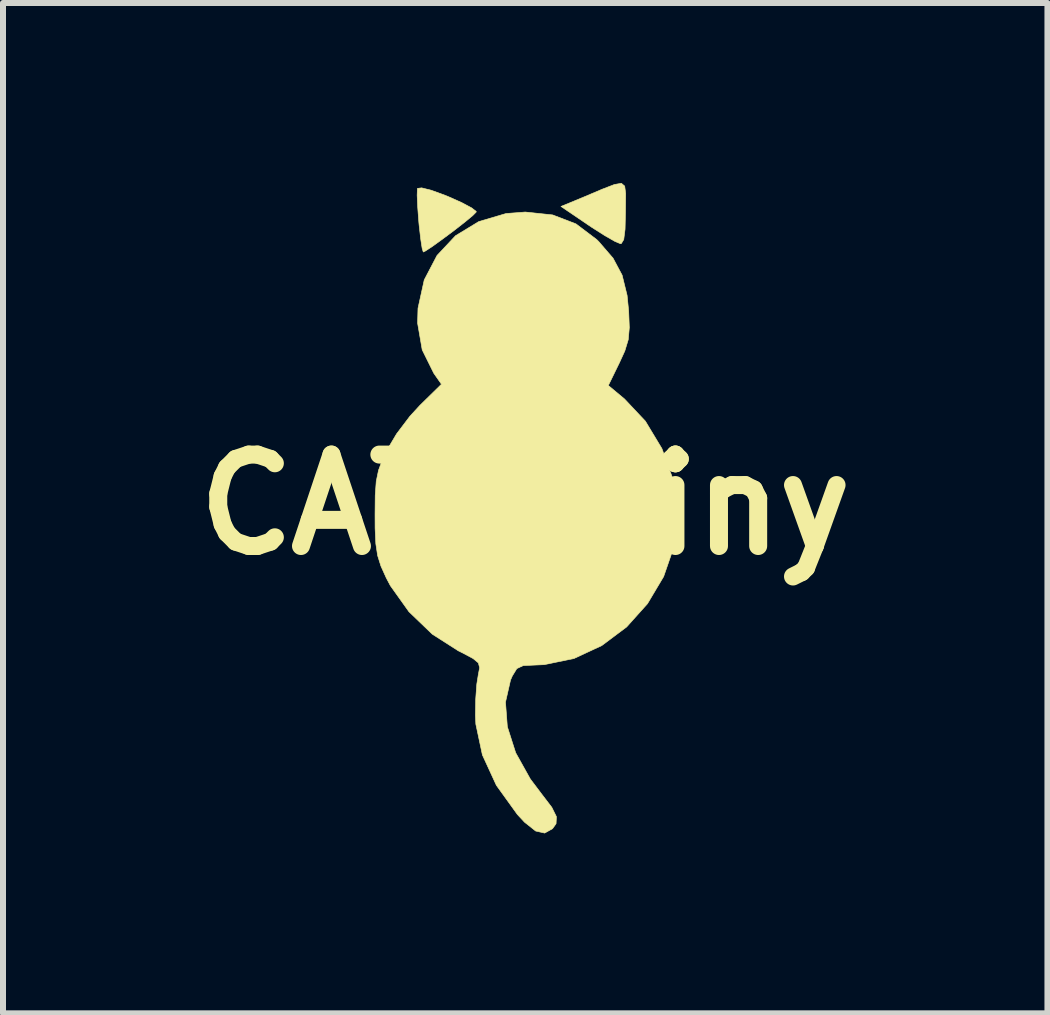
<source format=kicad_pcb>
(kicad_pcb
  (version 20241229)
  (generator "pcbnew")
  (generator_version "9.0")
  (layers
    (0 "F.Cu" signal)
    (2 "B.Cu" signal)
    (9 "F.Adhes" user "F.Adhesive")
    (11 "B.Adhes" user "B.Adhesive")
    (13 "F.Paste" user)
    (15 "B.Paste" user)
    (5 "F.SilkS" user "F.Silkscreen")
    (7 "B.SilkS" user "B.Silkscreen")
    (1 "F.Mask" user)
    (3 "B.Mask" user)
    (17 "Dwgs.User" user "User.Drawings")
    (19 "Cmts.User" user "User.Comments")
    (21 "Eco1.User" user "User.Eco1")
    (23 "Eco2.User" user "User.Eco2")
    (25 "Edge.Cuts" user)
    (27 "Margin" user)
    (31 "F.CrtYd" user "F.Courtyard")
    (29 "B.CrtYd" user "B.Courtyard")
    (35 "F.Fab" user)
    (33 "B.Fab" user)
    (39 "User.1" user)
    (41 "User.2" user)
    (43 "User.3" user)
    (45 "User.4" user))
  (footprint "CATs Tiny"
    (layer "F.Cu")
    (at 5.704 5.361)
    (property "Reference" "CATs Tiny" (at 0 0 0) (layer "F.SilkS") (effects (font (size 1.524 1.524) (thickness 0.3))))
    (attr through_hole)
    (fp_poly (pts (xy 1.658 -5.309) (xy 1.674 -5.187) (xy 1.672 -4.983) (xy 1.671 -4.878) (xy 1.664 -4.589) (xy 1.642 -4.418) (xy 1.601 -4.351) (xy 1.587 -4.349) (xy 1.496 -4.387) (xy 1.328 -4.483) (xy 1.114 -4.619) (xy 1.05 -4.662) (xy 0.596 -4.97) (xy 0.983 -5.13) (xy 1.287 -5.259) (xy 1.487 -5.336) (xy 1.603 -5.356) (xy 1.658 -5.309)) (stroke (width 0.01) (type solid)) (fill yes) (layer "F.SilkS"))
    (fp_poly (pts (xy -1.563 -5.239) (xy -1.331 -5.154) (xy -1.284 -5.135) (xy -1.058 -5.034) (xy -0.893 -4.946) (xy -0.817 -4.887) (xy -0.816 -4.878) (xy -0.874 -4.819) (xy -1.008 -4.708) (xy -1.186 -4.569) (xy -1.377 -4.427) (xy -1.547 -4.304) (xy -1.666 -4.226) (xy -1.699 -4.211) (xy -1.718 -4.272) (xy -1.743 -4.434) (xy -1.769 -4.664) (xy -1.773 -4.707) (xy -1.792 -4.957) (xy -1.801 -5.156) (xy -1.797 -5.265) (xy -1.795 -5.271) (xy -1.726 -5.28) (xy -1.563 -5.239)) (stroke (width 0.01) (type solid)) (fill yes) (layer "F.SilkS"))
    (fp_poly (pts (xy 0.457 -4.829) (xy 0.845 -4.68) (xy 1.192 -4.418) (xy 1.225 -4.385) (xy 1.464 -4.108) (xy 1.615 -3.825) (xy 1.698 -3.488) (xy 1.724 -3.227) (xy 1.735 -2.951) (xy 1.717 -2.749) (xy 1.66 -2.562) (xy 1.57 -2.365) (xy 1.385 -1.986) (xy 1.654 -1.762) (xy 2.003 -1.391) (xy 2.278 -0.935) (xy 2.461 -0.428) (xy 2.539 0.095) (xy 2.54 0.173) (xy 2.479 0.701) (xy 2.307 1.199) (xy 2.038 1.651) (xy 1.69 2.039) (xy 1.276 2.349) (xy 0.814 2.564) (xy 0.317 2.667) (xy 0.153 2.674) (xy -0.035 2.683) (xy -0.14 2.733) (xy -0.215 2.855) (xy -0.245 2.924) (xy -0.329 3.292) (xy -0.298 3.702) (xy -0.159 4.136) (xy 0.085 4.573) (xy 0.275 4.825) (xy 0.443 5.045) (xy 0.52 5.201) (xy 0.514 5.318) (xy 0.455 5.401) (xy 0.324 5.474) (xy 0.174 5.44) (xy -0.011 5.293) (xy -0.131 5.164) (xy -0.481 4.678) (xy -0.714 4.171) (xy -0.823 3.659) (xy -0.83 3.509) (xy -0.825 3.238) (xy -0.807 2.991) (xy -0.782 2.834) (xy -0.76 2.718) (xy -0.781 2.638) (xy -0.869 2.565) (xy -1.047 2.47) (xy -1.116 2.436) (xy -1.549 2.159) (xy -1.938 1.785) (xy -2.248 1.35) (xy -2.316 1.221) (xy -2.405 1.024) (xy -2.46 0.849) (xy -2.49 0.652) (xy -2.502 0.393) (xy -2.503 0.167) (xy -2.5 -0.156) (xy -2.483 -0.389) (xy -2.445 -0.573) (xy -2.378 -0.753) (xy -2.309 -0.902) (xy -2.144 -1.18) (xy -1.923 -1.472) (xy -1.755 -1.655) (xy -1.396 -2.007) (xy -1.524 -2.19) (xy -1.717 -2.58) (xy -1.794 -3.026) (xy -1.787 -3.273) (xy -1.683 -3.746) (xy -1.47 -4.153) (xy -1.162 -4.482) (xy -0.774 -4.718) (xy -0.32 -4.852) (xy 0 -4.877) (xy 0.457 -4.829)) (stroke (width 0.01) (type solid)) (fill yes) (layer "F.SilkS")))
  (gr_rect
    (start -3 -3)
    (end 14.408 13.84)
    (stroke (width 0.1) (type default))
    (fill no)
    (layer "Edge.Cuts")))
</source>
